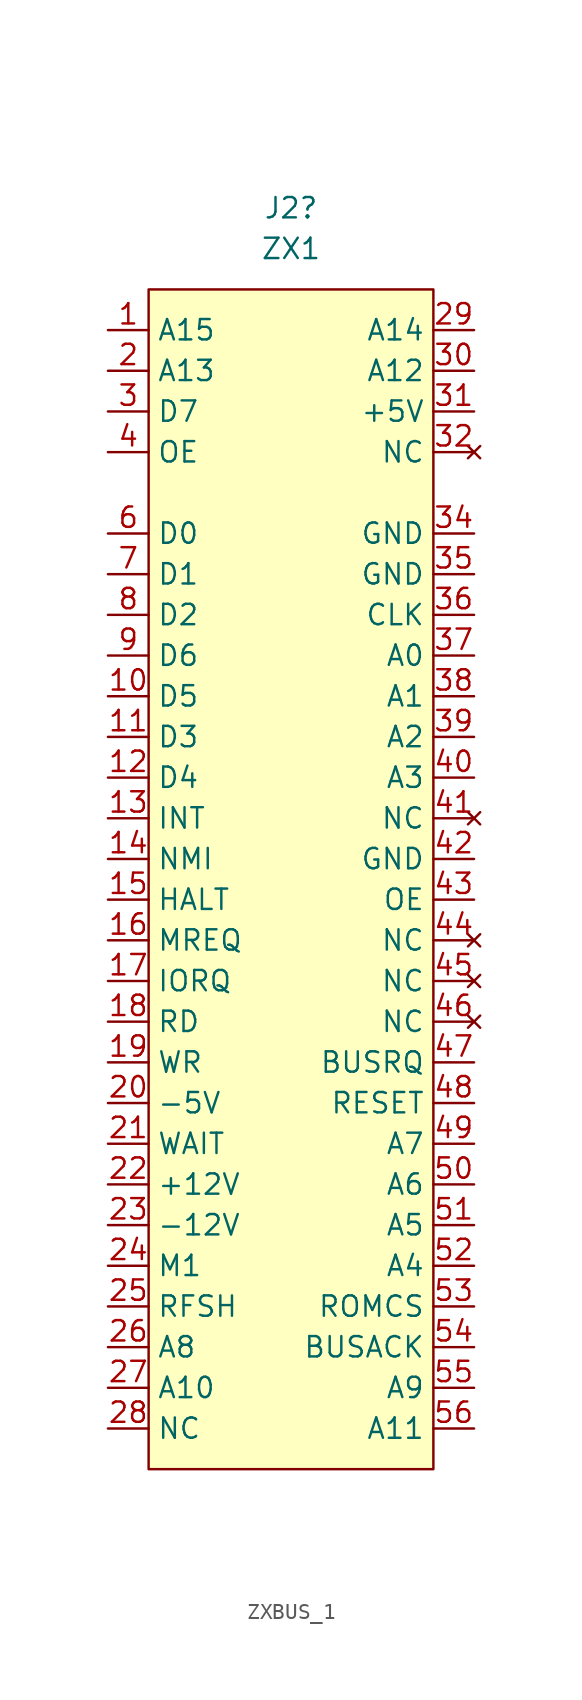
<source format=kicad_sym>
(kicad_symbol_lib
  (version 20220914)
  (generator kicad_symbol_editor)
  (symbol "ZXBUS_1"
    (property "Reference" "J2"
      (at 0 43.18 0)
      (effects (font (size 1.27 1.27))))
    (property "Value" "ZX1"
      (at 0 40.64 0)
      (effects (font (size 1.27 1.27))))
    (symbol "ZXBUS_1_1_1"
      (rectangle (start -8.89 38.1) (end 8.89 -35.56) (stroke (width 0) (type default)) (fill (type background)))
      (pin input line (at -11.43 35.56 0) (length 2.54) (name "A15" (effects (font (size 1.27 1.27)))) (number "1" (effects (font (size 1.27 1.27)))))
      (pin input line (at -11.43 12.7 0) (length 2.54) (name "D5" (effects (font (size 1.27 1.27)))) (number "10" (effects (font (size 1.27 1.27)))))
      (pin input line (at -11.43 10.16 0) (length 2.54) (name "D3" (effects (font (size 1.27 1.27)))) (number "11" (effects (font (size 1.27 1.27)))))
      (pin input line (at -11.43 7.62 0) (length 2.54) (name "D4" (effects (font (size 1.27 1.27)))) (number "12" (effects (font (size 1.27 1.27)))))
      (pin input line (at -11.43 5.08 0) (length 2.54) (name "INT" (effects (font (size 1.27 1.27)))) (number "13" (effects (font (size 1.27 1.27)))))
      (pin input line (at -11.43 2.54 0) (length 2.54) (name "NMI" (effects (font (size 1.27 1.27)))) (number "14" (effects (font (size 1.27 1.27)))))
      (pin input line (at -11.43 0 0) (length 2.54) (name "HALT" (effects (font (size 1.27 1.27)))) (number "15" (effects (font (size 1.27 1.27)))))
      (pin input line (at -11.43 -2.54 0) (length 2.54) (name "MREQ" (effects (font (size 1.27 1.27)))) (number "16" (effects (font (size 1.27 1.27)))))
      (pin input line (at -11.43 -5.08 0) (length 2.54) (name "IORQ" (effects (font (size 1.27 1.27)))) (number "17" (effects (font (size 1.27 1.27)))))
      (pin input line (at -11.43 -7.62 0) (length 2.54) (name "RD" (effects (font (size 1.27 1.27)))) (number "18" (effects (font (size 1.27 1.27)))))
      (pin input line (at -11.43 -10.16 0) (length 2.54) (name "WR" (effects (font (size 1.27 1.27)))) (number "19" (effects (font (size 1.27 1.27)))))
      (pin input line (at -11.43 33.02 0) (length 2.54) (name "A13" (effects (font (size 1.27 1.27)))) (number "2" (effects (font (size 1.27 1.27)))))
      (pin input line (at -11.43 -12.7 0) (length 2.54) (name "-5V" (effects (font (size 1.27 1.27)))) (number "20" (effects (font (size 1.27 1.27)))))
      (pin input line (at -11.43 -15.24 0) (length 2.54) (name "WAIT" (effects (font (size 1.27 1.27)))) (number "21" (effects (font (size 1.27 1.27)))))
      (pin input line (at -11.43 -17.78 0) (length 2.54) (name "+12V" (effects (font (size 1.27 1.27)))) (number "22" (effects (font (size 1.27 1.27)))))
      (pin input line (at -11.43 -20.32 0) (length 2.54) (name "-12V" (effects (font (size 1.27 1.27)))) (number "23" (effects (font (size 1.27 1.27)))))
      (pin input line (at -11.43 -22.86 0) (length 2.54) (name "M1" (effects (font (size 1.27 1.27)))) (number "24" (effects (font (size 1.27 1.27)))))
      (pin input line (at -11.43 -25.4 0) (length 2.54) (name "RFSH" (effects (font (size 1.27 1.27)))) (number "25" (effects (font (size 1.27 1.27)))))
      (pin input line (at -11.43 -27.94 0) (length 2.54) (name "A8" (effects (font (size 1.27 1.27)))) (number "26" (effects (font (size 1.27 1.27)))))
      (pin input line (at -11.43 -30.48 0) (length 2.54) (name "A10" (effects (font (size 1.27 1.27)))) (number "27" (effects (font (size 1.27 1.27)))))
      (pin input line (at -11.43 -33.02 0) (length 2.54) (name "NC" (effects (font (size 1.27 1.27)))) (number "28" (effects (font (size 1.27 1.27)))))
      (pin input line (at 11.43 35.56 180) (length 2.54) (name "A14" (effects (font (size 1.27 1.27)))) (number "29" (effects (font (size 1.27 1.27)))))
      (pin input line (at -11.43 30.48 0) (length 2.54) (name "D7" (effects (font (size 1.27 1.27)))) (number "3" (effects (font (size 1.27 1.27)))))
      (pin input line (at 11.43 33.02 180) (length 2.54) (name "A12" (effects (font (size 1.27 1.27)))) (number "30" (effects (font (size 1.27 1.27)))))
      (pin input line (at 11.43 30.48 180) (length 2.54) (name "+5V" (effects (font (size 1.27 1.27)))) (number "31" (effects (font (size 1.27 1.27)))))
      (pin no_connect line (at 11.43 27.94 180) (length 2.54) (name "NC" (effects (font (size 1.27 1.27)))) (number "32" (effects (font (size 1.27 1.27)))))
      (pin input line (at 11.43 22.86 180) (length 2.54) (name "GND" (effects (font (size 1.27 1.27)))) (number "34" (effects (font (size 1.27 1.27)))))
      (pin input line (at 11.43 20.32 180) (length 2.54) (name "GND" (effects (font (size 1.27 1.27)))) (number "35" (effects (font (size 1.27 1.27)))))
      (pin input line (at 11.43 17.78 180) (length 2.54) (name "CLK" (effects (font (size 1.27 1.27)))) (number "36" (effects (font (size 1.27 1.27)))))
      (pin input line (at 11.43 15.24 180) (length 2.54) (name "A0" (effects (font (size 1.27 1.27)))) (number "37" (effects (font (size 1.27 1.27)))))
      (pin input line (at 11.43 12.7 180) (length 2.54) (name "A1" (effects (font (size 1.27 1.27)))) (number "38" (effects (font (size 1.27 1.27)))))
      (pin input line (at 11.43 10.16 180) (length 2.54) (name "A2" (effects (font (size 1.27 1.27)))) (number "39" (effects (font (size 1.27 1.27)))))
      (pin input line (at -11.43 27.94 0) (length 2.54) (name "OE" (effects (font (size 1.27 1.27)))) (number "4" (effects (font (size 1.27 1.27)))))
      (pin input line (at 11.43 7.62 180) (length 2.54) (name "A3" (effects (font (size 1.27 1.27)))) (number "40" (effects (font (size 1.27 1.27)))))
      (pin no_connect line (at 11.43 5.08 180) (length 2.54) (name "NC" (effects (font (size 1.27 1.27)))) (number "41" (effects (font (size 1.27 1.27)))))
      (pin input line (at 11.43 2.54 180) (length 2.54) (name "GND" (effects (font (size 1.27 1.27)))) (number "42" (effects (font (size 1.27 1.27)))))
      (pin input line (at 11.43 0 180) (length 2.54) (name "OE" (effects (font (size 1.27 1.27)))) (number "43" (effects (font (size 1.27 1.27)))))
      (pin no_connect line (at 11.43 -2.54 180) (length 2.54) (name "NC" (effects (font (size 1.27 1.27)))) (number "44" (effects (font (size 1.27 1.27)))))
      (pin no_connect line (at 11.43 -5.08 180) (length 2.54) (name "NC" (effects (font (size 1.27 1.27)))) (number "45" (effects (font (size 1.27 1.27)))))
      (pin no_connect line (at 11.43 -7.62 180) (length 2.54) (name "NC" (effects (font (size 1.27 1.27)))) (number "46" (effects (font (size 1.27 1.27)))))
      (pin input line (at 11.43 -10.16 180) (length 2.54) (name "BUSRQ" (effects (font (size 1.27 1.27)))) (number "47" (effects (font (size 1.27 1.27)))))
      (pin input line (at 11.43 -12.7 180) (length 2.54) (name "RESET" (effects (font (size 1.27 1.27)))) (number "48" (effects (font (size 1.27 1.27)))))
      (pin input line (at 11.43 -15.24 180) (length 2.54) (name "A7" (effects (font (size 1.27 1.27)))) (number "49" (effects (font (size 1.27 1.27)))))
      (pin input line (at 11.43 -17.78 180) (length 2.54) (name "A6" (effects (font (size 1.27 1.27)))) (number "50" (effects (font (size 1.27 1.27)))))
      (pin input line (at 11.43 -20.32 180) (length 2.54) (name "A5" (effects (font (size 1.27 1.27)))) (number "51" (effects (font (size 1.27 1.27)))))
      (pin input line (at 11.43 -22.86 180) (length 2.54) (name "A4" (effects (font (size 1.27 1.27)))) (number "52" (effects (font (size 1.27 1.27)))))
      (pin input line (at 11.43 -25.4 180) (length 2.54) (name "ROMCS" (effects (font (size 1.27 1.27)))) (number "53" (effects (font (size 1.27 1.27)))))
      (pin input line (at 11.43 -27.94 180) (length 2.54) (name "BUSACK" (effects (font (size 1.27 1.27)))) (number "54" (effects (font (size 1.27 1.27)))))
      (pin input line (at 11.43 -30.48 180) (length 2.54) (name "A9" (effects (font (size 1.27 1.27)))) (number "55" (effects (font (size 1.27 1.27)))))
      (pin input line (at 11.43 -33.02 180) (length 2.54) (name "A11" (effects (font (size 1.27 1.27)))) (number "56" (effects (font (size 1.27 1.27)))))
      (pin input line (at -11.43 22.86 0) (length 2.54) (name "D0" (effects (font (size 1.27 1.27)))) (number "6" (effects (font (size 1.27 1.27)))))
      (pin input line (at -11.43 20.32 0) (length 2.54) (name "D1" (effects (font (size 1.27 1.27)))) (number "7" (effects (font (size 1.27 1.27)))))
      (pin input line (at -11.43 17.78 0) (length 2.54) (name "D2" (effects (font (size 1.27 1.27)))) (number "8" (effects (font (size 1.27 1.27)))))
      (pin input line (at -11.43 15.24 0) (length 2.54) (name "D6" (effects (font (size 1.27 1.27)))) (number "9" (effects (font (size 1.27 1.27))))))))
</source>
